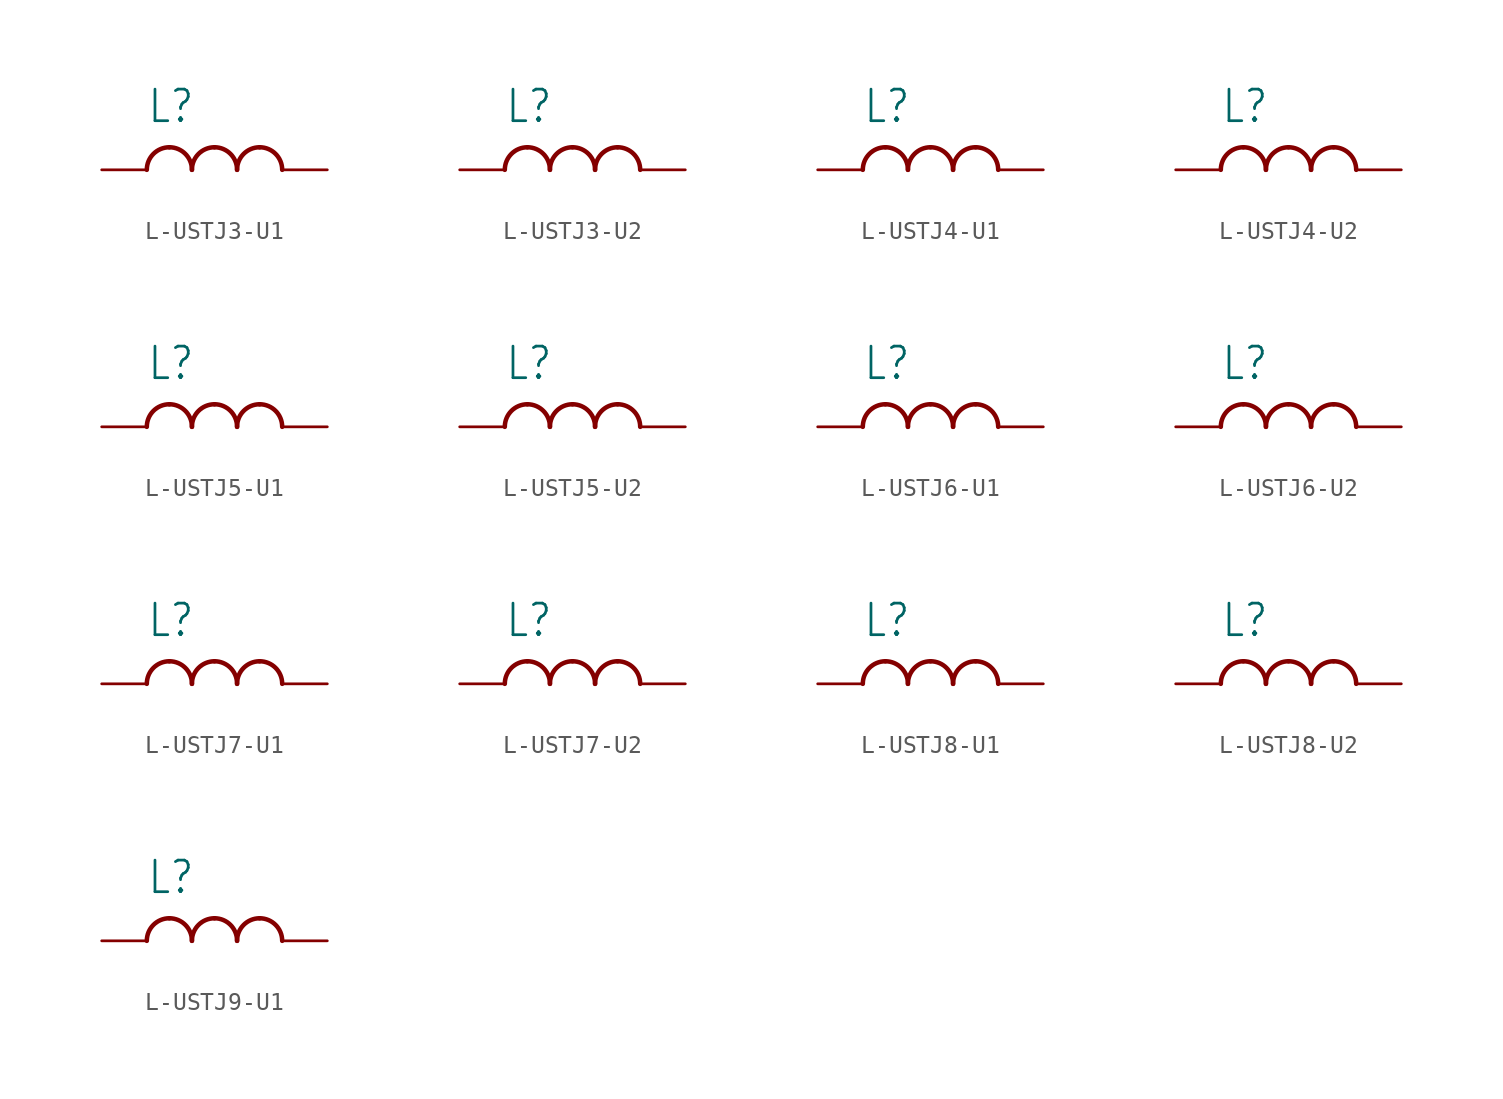
<source format=kicad_sym>
(kicad_symbol_lib
  (version 20241209)
  (generator "kicad_symbol_editor")
  (generator_version "9.0")
  (symbol "L-USTJ3-U1"
    (property "Reference" "L"
      (at -5.08 2.54 0)
      (effects (font (size 1.778 1.511)) (justify left bottom)))
    (property "Value" ""
      (at -5.08 -1.27 0)
      (effects (font (size 1.778 1.511)) (justify left top)))
    (property "ki_locked" ""
      (at 0 0 0)
      (effects (font (size 1.27 1.27))))
    (symbol "L-USTJ3-U1_1_0"
      (arc (start -5.08 0) (mid -4.708 0.898) (end -3.81 1.27) (stroke (width 0.254) (type solid)) (fill (type none)))
      (arc (start -3.81 1.27) (mid -2.912 0.898) (end -2.54 0) (stroke (width 0.254) (type solid)) (fill (type none)))
      (arc (start -2.54 0) (mid -2.168 0.898) (end -1.27 1.27) (stroke (width 0.254) (type solid)) (fill (type none)))
      (arc (start -1.27 1.27) (mid -0.372 0.898) (end 0 0) (stroke (width 0.254) (type solid)) (fill (type none)))
      (arc (start 0 0) (mid 0.372 0.898) (end 1.27 1.27) (stroke (width 0.254) (type solid)) (fill (type none)))
      (arc (start 1.27 1.27) (mid 2.168 0.898) (end 2.54 0) (stroke (width 0.254) (type solid)) (fill (type none)))
      (pin passive line (at -7.62 0 0) (length 2.54) (name "1" (effects (font (size 0 0)))) (number "1" (effects (font (size 0 0)))))
      (pin passive line (at 5.08 0 180) (length 2.54) (name "2" (effects (font (size 0 0)))) (number "2" (effects (font (size 0 0)))))))
  (symbol "L-USTJ3-U2"
    (property "Reference" "L"
      (at -5.08 2.54 0)
      (effects (font (size 1.778 1.511)) (justify left bottom)))
    (property "Value" ""
      (at -5.08 -1.27 0)
      (effects (font (size 1.778 1.511)) (justify left top)))
    (property "ki_locked" ""
      (at 0 0 0)
      (effects (font (size 1.27 1.27))))
    (symbol "L-USTJ3-U2_1_0"
      (arc (start -5.08 0) (mid -4.708 0.898) (end -3.81 1.27) (stroke (width 0.254) (type solid)) (fill (type none)))
      (arc (start -3.81 1.27) (mid -2.912 0.898) (end -2.54 0) (stroke (width 0.254) (type solid)) (fill (type none)))
      (arc (start -2.54 0) (mid -2.168 0.898) (end -1.27 1.27) (stroke (width 0.254) (type solid)) (fill (type none)))
      (arc (start -1.27 1.27) (mid -0.372 0.898) (end 0 0) (stroke (width 0.254) (type solid)) (fill (type none)))
      (arc (start 0 0) (mid 0.372 0.898) (end 1.27 1.27) (stroke (width 0.254) (type solid)) (fill (type none)))
      (arc (start 1.27 1.27) (mid 2.168 0.898) (end 2.54 0) (stroke (width 0.254) (type solid)) (fill (type none)))
      (pin passive line (at -7.62 0 0) (length 2.54) (name "1" (effects (font (size 0 0)))) (number "1" (effects (font (size 0 0)))))
      (pin passive line (at 5.08 0 180) (length 2.54) (name "2" (effects (font (size 0 0)))) (number "2" (effects (font (size 0 0)))))))
  (symbol "L-USTJ4-U1"
    (property "Reference" "L"
      (at -5.08 2.54 0)
      (effects (font (size 1.778 1.511)) (justify left bottom)))
    (property "Value" ""
      (at -5.08 -1.27 0)
      (effects (font (size 1.778 1.511)) (justify left top)))
    (property "ki_locked" ""
      (at 0 0 0)
      (effects (font (size 1.27 1.27))))
    (symbol "L-USTJ4-U1_1_0"
      (arc (start -5.08 0) (mid -4.708 0.898) (end -3.81 1.27) (stroke (width 0.254) (type solid)) (fill (type none)))
      (arc (start -3.81 1.27) (mid -2.912 0.898) (end -2.54 0) (stroke (width 0.254) (type solid)) (fill (type none)))
      (arc (start -2.54 0) (mid -2.168 0.898) (end -1.27 1.27) (stroke (width 0.254) (type solid)) (fill (type none)))
      (arc (start -1.27 1.27) (mid -0.372 0.898) (end 0 0) (stroke (width 0.254) (type solid)) (fill (type none)))
      (arc (start 0 0) (mid 0.372 0.898) (end 1.27 1.27) (stroke (width 0.254) (type solid)) (fill (type none)))
      (arc (start 1.27 1.27) (mid 2.168 0.898) (end 2.54 0) (stroke (width 0.254) (type solid)) (fill (type none)))
      (pin passive line (at -7.62 0 0) (length 2.54) (name "1" (effects (font (size 0 0)))) (number "1" (effects (font (size 0 0)))))
      (pin passive line (at 5.08 0 180) (length 2.54) (name "2" (effects (font (size 0 0)))) (number "2" (effects (font (size 0 0)))))))
  (symbol "L-USTJ4-U2"
    (property "Reference" "L"
      (at -5.08 2.54 0)
      (effects (font (size 1.778 1.511)) (justify left bottom)))
    (property "Value" ""
      (at -5.08 -1.27 0)
      (effects (font (size 1.778 1.511)) (justify left top)))
    (property "ki_locked" ""
      (at 0 0 0)
      (effects (font (size 1.27 1.27))))
    (symbol "L-USTJ4-U2_1_0"
      (arc (start -5.08 0) (mid -4.708 0.898) (end -3.81 1.27) (stroke (width 0.254) (type solid)) (fill (type none)))
      (arc (start -3.81 1.27) (mid -2.912 0.898) (end -2.54 0) (stroke (width 0.254) (type solid)) (fill (type none)))
      (arc (start -2.54 0) (mid -2.168 0.898) (end -1.27 1.27) (stroke (width 0.254) (type solid)) (fill (type none)))
      (arc (start -1.27 1.27) (mid -0.372 0.898) (end 0 0) (stroke (width 0.254) (type solid)) (fill (type none)))
      (arc (start 0 0) (mid 0.372 0.898) (end 1.27 1.27) (stroke (width 0.254) (type solid)) (fill (type none)))
      (arc (start 1.27 1.27) (mid 2.168 0.898) (end 2.54 0) (stroke (width 0.254) (type solid)) (fill (type none)))
      (pin passive line (at -7.62 0 0) (length 2.54) (name "1" (effects (font (size 0 0)))) (number "1" (effects (font (size 0 0)))))
      (pin passive line (at 5.08 0 180) (length 2.54) (name "2" (effects (font (size 0 0)))) (number "2" (effects (font (size 0 0)))))))
  (symbol "L-USTJ5-U1"
    (property "Reference" "L"
      (at -5.08 2.54 0)
      (effects (font (size 1.778 1.511)) (justify left bottom)))
    (property "Value" ""
      (at -5.08 -1.27 0)
      (effects (font (size 1.778 1.511)) (justify left top)))
    (property "ki_locked" ""
      (at 0 0 0)
      (effects (font (size 1.27 1.27))))
    (symbol "L-USTJ5-U1_1_0"
      (arc (start -5.08 0) (mid -4.708 0.898) (end -3.81 1.27) (stroke (width 0.254) (type solid)) (fill (type none)))
      (arc (start -3.81 1.27) (mid -2.912 0.898) (end -2.54 0) (stroke (width 0.254) (type solid)) (fill (type none)))
      (arc (start -2.54 0) (mid -2.168 0.898) (end -1.27 1.27) (stroke (width 0.254) (type solid)) (fill (type none)))
      (arc (start -1.27 1.27) (mid -0.372 0.898) (end 0 0) (stroke (width 0.254) (type solid)) (fill (type none)))
      (arc (start 0 0) (mid 0.372 0.898) (end 1.27 1.27) (stroke (width 0.254) (type solid)) (fill (type none)))
      (arc (start 1.27 1.27) (mid 2.168 0.898) (end 2.54 0) (stroke (width 0.254) (type solid)) (fill (type none)))
      (pin passive line (at -7.62 0 0) (length 2.54) (name "1" (effects (font (size 0 0)))) (number "1" (effects (font (size 0 0)))))
      (pin passive line (at 5.08 0 180) (length 2.54) (name "2" (effects (font (size 0 0)))) (number "2" (effects (font (size 0 0)))))))
  (symbol "L-USTJ5-U2"
    (property "Reference" "L"
      (at -5.08 2.54 0)
      (effects (font (size 1.778 1.511)) (justify left bottom)))
    (property "Value" ""
      (at -5.08 -1.27 0)
      (effects (font (size 1.778 1.511)) (justify left top)))
    (property "ki_locked" ""
      (at 0 0 0)
      (effects (font (size 1.27 1.27))))
    (symbol "L-USTJ5-U2_1_0"
      (arc (start -5.08 0) (mid -4.708 0.898) (end -3.81 1.27) (stroke (width 0.254) (type solid)) (fill (type none)))
      (arc (start -3.81 1.27) (mid -2.912 0.898) (end -2.54 0) (stroke (width 0.254) (type solid)) (fill (type none)))
      (arc (start -2.54 0) (mid -2.168 0.898) (end -1.27 1.27) (stroke (width 0.254) (type solid)) (fill (type none)))
      (arc (start -1.27 1.27) (mid -0.372 0.898) (end 0 0) (stroke (width 0.254) (type solid)) (fill (type none)))
      (arc (start 0 0) (mid 0.372 0.898) (end 1.27 1.27) (stroke (width 0.254) (type solid)) (fill (type none)))
      (arc (start 1.27 1.27) (mid 2.168 0.898) (end 2.54 0) (stroke (width 0.254) (type solid)) (fill (type none)))
      (pin passive line (at -7.62 0 0) (length 2.54) (name "1" (effects (font (size 0 0)))) (number "1" (effects (font (size 0 0)))))
      (pin passive line (at 5.08 0 180) (length 2.54) (name "2" (effects (font (size 0 0)))) (number "2" (effects (font (size 0 0)))))))
  (symbol "L-USTJ6-U1"
    (property "Reference" "L"
      (at -5.08 2.54 0)
      (effects (font (size 1.778 1.511)) (justify left bottom)))
    (property "Value" ""
      (at -5.08 -1.27 0)
      (effects (font (size 1.778 1.511)) (justify left top)))
    (property "ki_locked" ""
      (at 0 0 0)
      (effects (font (size 1.27 1.27))))
    (symbol "L-USTJ6-U1_1_0"
      (arc (start -5.08 0) (mid -4.708 0.898) (end -3.81 1.27) (stroke (width 0.254) (type solid)) (fill (type none)))
      (arc (start -3.81 1.27) (mid -2.912 0.898) (end -2.54 0) (stroke (width 0.254) (type solid)) (fill (type none)))
      (arc (start -2.54 0) (mid -2.168 0.898) (end -1.27 1.27) (stroke (width 0.254) (type solid)) (fill (type none)))
      (arc (start -1.27 1.27) (mid -0.372 0.898) (end 0 0) (stroke (width 0.254) (type solid)) (fill (type none)))
      (arc (start 0 0) (mid 0.372 0.898) (end 1.27 1.27) (stroke (width 0.254) (type solid)) (fill (type none)))
      (arc (start 1.27 1.27) (mid 2.168 0.898) (end 2.54 0) (stroke (width 0.254) (type solid)) (fill (type none)))
      (pin passive line (at -7.62 0 0) (length 2.54) (name "1" (effects (font (size 0 0)))) (number "1" (effects (font (size 0 0)))))
      (pin passive line (at 5.08 0 180) (length 2.54) (name "2" (effects (font (size 0 0)))) (number "2" (effects (font (size 0 0)))))))
  (symbol "L-USTJ6-U2"
    (property "Reference" "L"
      (at -5.08 2.54 0)
      (effects (font (size 1.778 1.511)) (justify left bottom)))
    (property "Value" ""
      (at -5.08 -1.27 0)
      (effects (font (size 1.778 1.511)) (justify left top)))
    (property "ki_locked" ""
      (at 0 0 0)
      (effects (font (size 1.27 1.27))))
    (symbol "L-USTJ6-U2_1_0"
      (arc (start -5.08 0) (mid -4.708 0.898) (end -3.81 1.27) (stroke (width 0.254) (type solid)) (fill (type none)))
      (arc (start -3.81 1.27) (mid -2.912 0.898) (end -2.54 0) (stroke (width 0.254) (type solid)) (fill (type none)))
      (arc (start -2.54 0) (mid -2.168 0.898) (end -1.27 1.27) (stroke (width 0.254) (type solid)) (fill (type none)))
      (arc (start -1.27 1.27) (mid -0.372 0.898) (end 0 0) (stroke (width 0.254) (type solid)) (fill (type none)))
      (arc (start 0 0) (mid 0.372 0.898) (end 1.27 1.27) (stroke (width 0.254) (type solid)) (fill (type none)))
      (arc (start 1.27 1.27) (mid 2.168 0.898) (end 2.54 0) (stroke (width 0.254) (type solid)) (fill (type none)))
      (pin passive line (at -7.62 0 0) (length 2.54) (name "1" (effects (font (size 0 0)))) (number "1" (effects (font (size 0 0)))))
      (pin passive line (at 5.08 0 180) (length 2.54) (name "2" (effects (font (size 0 0)))) (number "2" (effects (font (size 0 0)))))))
  (symbol "L-USTJ7-U1"
    (property "Reference" "L"
      (at -5.08 2.54 0)
      (effects (font (size 1.778 1.511)) (justify left bottom)))
    (property "Value" ""
      (at -5.08 -1.27 0)
      (effects (font (size 1.778 1.511)) (justify left top)))
    (property "ki_locked" ""
      (at 0 0 0)
      (effects (font (size 1.27 1.27))))
    (symbol "L-USTJ7-U1_1_0"
      (arc (start -5.08 0) (mid -4.708 0.898) (end -3.81 1.27) (stroke (width 0.254) (type solid)) (fill (type none)))
      (arc (start -3.81 1.27) (mid -2.912 0.898) (end -2.54 0) (stroke (width 0.254) (type solid)) (fill (type none)))
      (arc (start -2.54 0) (mid -2.168 0.898) (end -1.27 1.27) (stroke (width 0.254) (type solid)) (fill (type none)))
      (arc (start -1.27 1.27) (mid -0.372 0.898) (end 0 0) (stroke (width 0.254) (type solid)) (fill (type none)))
      (arc (start 0 0) (mid 0.372 0.898) (end 1.27 1.27) (stroke (width 0.254) (type solid)) (fill (type none)))
      (arc (start 1.27 1.27) (mid 2.168 0.898) (end 2.54 0) (stroke (width 0.254) (type solid)) (fill (type none)))
      (pin passive line (at -7.62 0 0) (length 2.54) (name "1" (effects (font (size 0 0)))) (number "1" (effects (font (size 0 0)))))
      (pin passive line (at 5.08 0 180) (length 2.54) (name "2" (effects (font (size 0 0)))) (number "2" (effects (font (size 0 0)))))))
  (symbol "L-USTJ7-U2"
    (property "Reference" "L"
      (at -5.08 2.54 0)
      (effects (font (size 1.778 1.511)) (justify left bottom)))
    (property "Value" ""
      (at -5.08 -1.27 0)
      (effects (font (size 1.778 1.511)) (justify left top)))
    (property "ki_locked" ""
      (at 0 0 0)
      (effects (font (size 1.27 1.27))))
    (symbol "L-USTJ7-U2_1_0"
      (arc (start -5.08 0) (mid -4.708 0.898) (end -3.81 1.27) (stroke (width 0.254) (type solid)) (fill (type none)))
      (arc (start -3.81 1.27) (mid -2.912 0.898) (end -2.54 0) (stroke (width 0.254) (type solid)) (fill (type none)))
      (arc (start -2.54 0) (mid -2.168 0.898) (end -1.27 1.27) (stroke (width 0.254) (type solid)) (fill (type none)))
      (arc (start -1.27 1.27) (mid -0.372 0.898) (end 0 0) (stroke (width 0.254) (type solid)) (fill (type none)))
      (arc (start 0 0) (mid 0.372 0.898) (end 1.27 1.27) (stroke (width 0.254) (type solid)) (fill (type none)))
      (arc (start 1.27 1.27) (mid 2.168 0.898) (end 2.54 0) (stroke (width 0.254) (type solid)) (fill (type none)))
      (pin passive line (at -7.62 0 0) (length 2.54) (name "1" (effects (font (size 0 0)))) (number "1" (effects (font (size 0 0)))))
      (pin passive line (at 5.08 0 180) (length 2.54) (name "2" (effects (font (size 0 0)))) (number "2" (effects (font (size 0 0)))))))
  (symbol "L-USTJ8-U1"
    (property "Reference" "L"
      (at -5.08 2.54 0)
      (effects (font (size 1.778 1.511)) (justify left bottom)))
    (property "Value" ""
      (at -5.08 -1.27 0)
      (effects (font (size 1.778 1.511)) (justify left top)))
    (property "ki_locked" ""
      (at 0 0 0)
      (effects (font (size 1.27 1.27))))
    (symbol "L-USTJ8-U1_1_0"
      (arc (start -5.08 0) (mid -4.708 0.898) (end -3.81 1.27) (stroke (width 0.254) (type solid)) (fill (type none)))
      (arc (start -3.81 1.27) (mid -2.912 0.898) (end -2.54 0) (stroke (width 0.254) (type solid)) (fill (type none)))
      (arc (start -2.54 0) (mid -2.168 0.898) (end -1.27 1.27) (stroke (width 0.254) (type solid)) (fill (type none)))
      (arc (start -1.27 1.27) (mid -0.372 0.898) (end 0 0) (stroke (width 0.254) (type solid)) (fill (type none)))
      (arc (start 0 0) (mid 0.372 0.898) (end 1.27 1.27) (stroke (width 0.254) (type solid)) (fill (type none)))
      (arc (start 1.27 1.27) (mid 2.168 0.898) (end 2.54 0) (stroke (width 0.254) (type solid)) (fill (type none)))
      (pin passive line (at -7.62 0 0) (length 2.54) (name "1" (effects (font (size 0 0)))) (number "1" (effects (font (size 0 0)))))
      (pin passive line (at 5.08 0 180) (length 2.54) (name "2" (effects (font (size 0 0)))) (number "2" (effects (font (size 0 0)))))))
  (symbol "L-USTJ8-U2"
    (property "Reference" "L"
      (at -5.08 2.54 0)
      (effects (font (size 1.778 1.511)) (justify left bottom)))
    (property "Value" ""
      (at -5.08 -1.27 0)
      (effects (font (size 1.778 1.511)) (justify left top)))
    (property "ki_locked" ""
      (at 0 0 0)
      (effects (font (size 1.27 1.27))))
    (symbol "L-USTJ8-U2_1_0"
      (arc (start -5.08 0) (mid -4.708 0.898) (end -3.81 1.27) (stroke (width 0.254) (type solid)) (fill (type none)))
      (arc (start -3.81 1.27) (mid -2.912 0.898) (end -2.54 0) (stroke (width 0.254) (type solid)) (fill (type none)))
      (arc (start -2.54 0) (mid -2.168 0.898) (end -1.27 1.27) (stroke (width 0.254) (type solid)) (fill (type none)))
      (arc (start -1.27 1.27) (mid -0.372 0.898) (end 0 0) (stroke (width 0.254) (type solid)) (fill (type none)))
      (arc (start 0 0) (mid 0.372 0.898) (end 1.27 1.27) (stroke (width 0.254) (type solid)) (fill (type none)))
      (arc (start 1.27 1.27) (mid 2.168 0.898) (end 2.54 0) (stroke (width 0.254) (type solid)) (fill (type none)))
      (pin passive line (at -7.62 0 0) (length 2.54) (name "1" (effects (font (size 0 0)))) (number "1" (effects (font (size 0 0)))))
      (pin passive line (at 5.08 0 180) (length 2.54) (name "2" (effects (font (size 0 0)))) (number "2" (effects (font (size 0 0)))))))
  (symbol "L-USTJ9-U1"
    (property "Reference" "L"
      (at -5.08 2.54 0)
      (effects (font (size 1.778 1.511)) (justify left bottom)))
    (property "Value" ""
      (at -5.08 -1.27 0)
      (effects (font (size 1.778 1.511)) (justify left top)))
    (property "ki_locked" ""
      (at 0 0 0)
      (effects (font (size 1.27 1.27))))
    (symbol "L-USTJ9-U1_1_0"
      (arc (start -5.08 0) (mid -4.708 0.898) (end -3.81 1.27) (stroke (width 0.254) (type solid)) (fill (type none)))
      (arc (start -3.81 1.27) (mid -2.912 0.898) (end -2.54 0) (stroke (width 0.254) (type solid)) (fill (type none)))
      (arc (start -2.54 0) (mid -2.168 0.898) (end -1.27 1.27) (stroke (width 0.254) (type solid)) (fill (type none)))
      (arc (start -1.27 1.27) (mid -0.372 0.898) (end 0 0) (stroke (width 0.254) (type solid)) (fill (type none)))
      (arc (start 0 0) (mid 0.372 0.898) (end 1.27 1.27) (stroke (width 0.254) (type solid)) (fill (type none)))
      (arc (start 1.27 1.27) (mid 2.168 0.898) (end 2.54 0) (stroke (width 0.254) (type solid)) (fill (type none)))
      (pin passive line (at -7.62 0 0) (length 2.54) (name "1" (effects (font (size 0 0)))) (number "1" (effects (font (size 0 0)))))
      (pin passive line (at 5.08 0 180) (length 2.54) (name "2" (effects (font (size 0 0)))) (number "2" (effects (font (size 0 0))))))))
</source>
